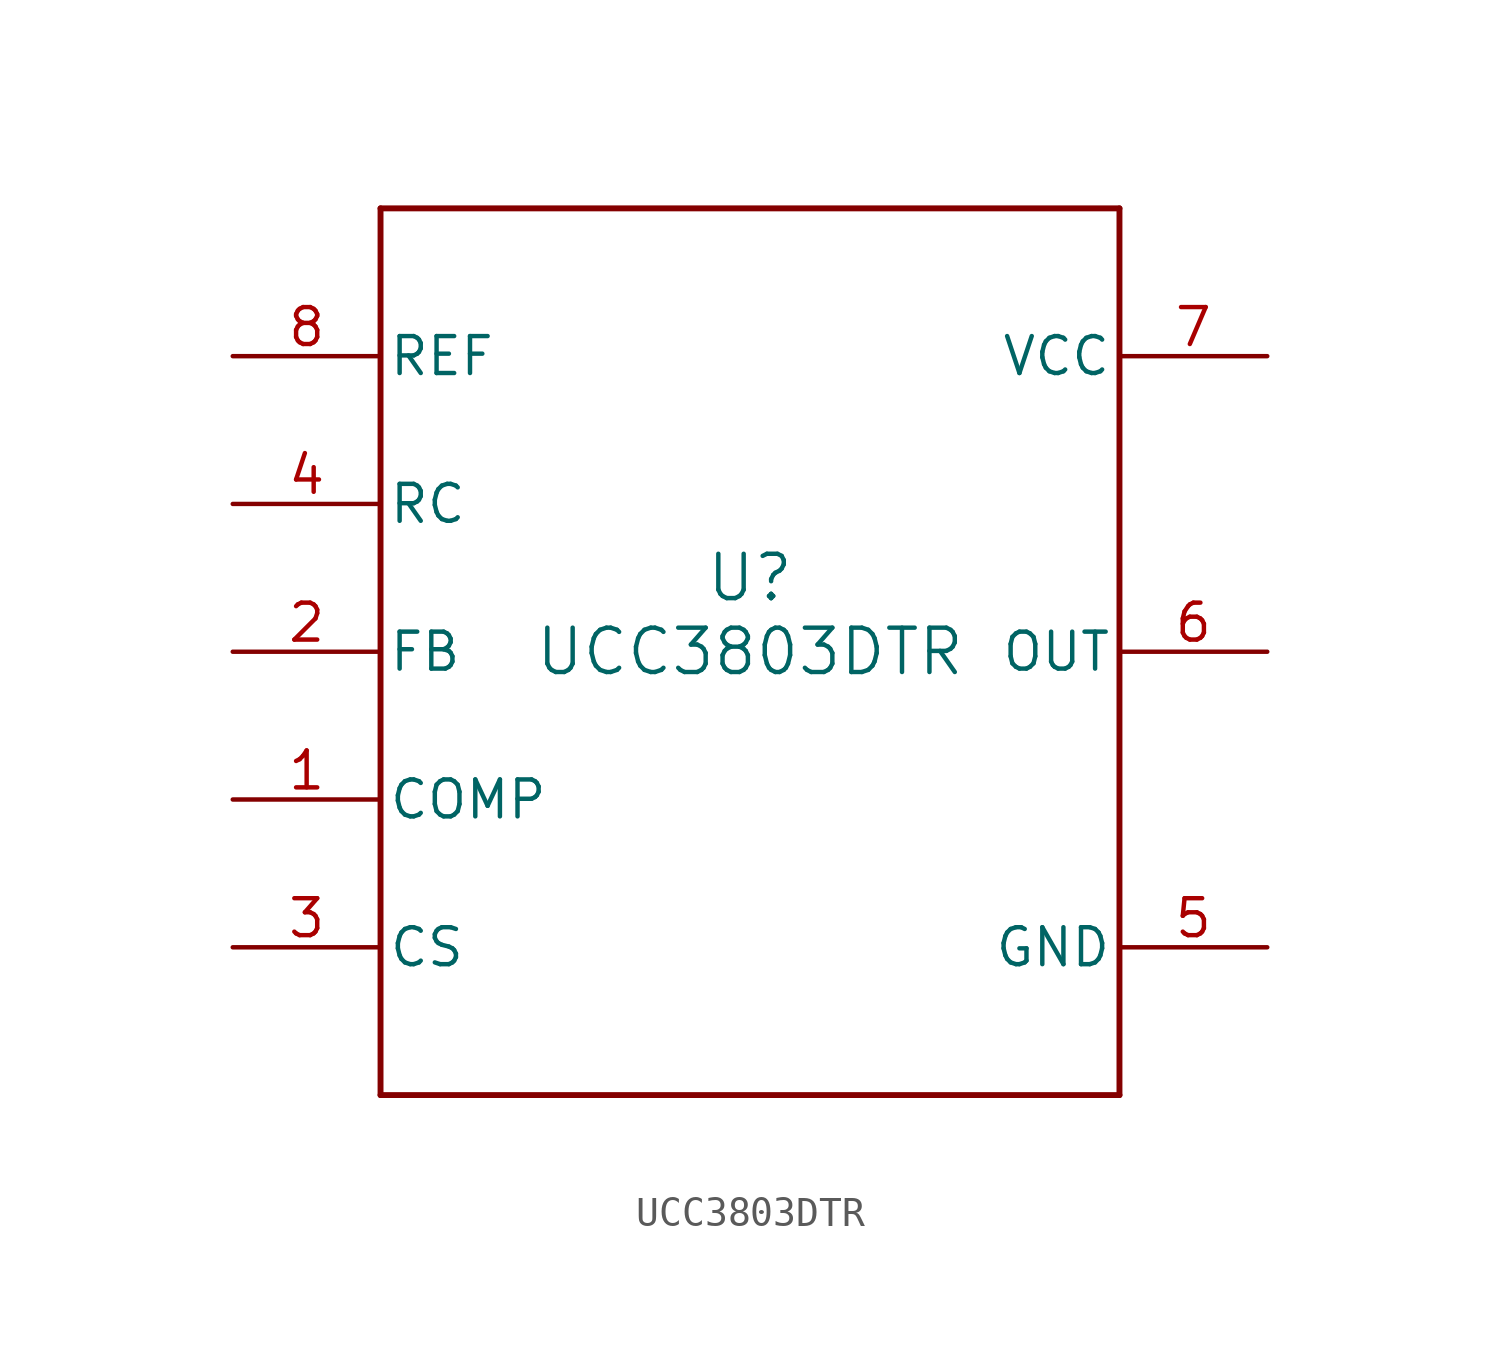
<source format=kicad_sym>
(kicad_symbol_lib
  (version 20211014)
  (generator kicad_symbol_editor)
  (symbol "UCC3803DTR"
    (pin_names
      (offset 0.254))
    (property "Reference" "U"
      (at 0 2.54 0)
      (effects (font (size 1.524 1.524))))
    (property "Value" "UCC3803DTR"
      (at 0 0 0)
      (effects (font (size 1.524 1.524))))
    (symbol "UCC3803DTR_0_1"
      (polyline (pts (xy -12.7 -15.24) (xy 12.7 -15.24)) (stroke (width 0.203) (type default) (color 0 0 0 0)) (fill (type none)))
      (polyline (pts (xy 12.7 -15.24) (xy 12.7 15.24)) (stroke (width 0.203) (type default) (color 0 0 0 0)) (fill (type none)))
      (polyline (pts (xy 12.7 15.24) (xy -12.7 15.24)) (stroke (width 0.203) (type default) (color 0 0 0 0)) (fill (type none)))
      (polyline (pts (xy -12.7 15.24) (xy -12.7 -15.24)) (stroke (width 0.203) (type default) (color 0 0 0 0)) (fill (type none)))
      (pin output line (at -17.78 -5.08 0) (length 5.08) (name "COMP" (effects (font (size 1.27 1.27)))) (number "1" (effects (font (size 1.27 1.27)))))
      (pin input line (at -17.78 0 0) (length 5.08) (name "FB" (effects (font (size 1.27 1.27)))) (number "2" (effects (font (size 1.27 1.27)))))
      (pin input line (at -17.78 -10.16 0) (length 5.08) (name "CS" (effects (font (size 1.27 1.27)))) (number "3" (effects (font (size 1.27 1.27)))))
      (pin input line (at -17.78 5.08 0) (length 5.08) (name "RC" (effects (font (size 1.27 1.27)))) (number "4" (effects (font (size 1.27 1.27)))))
      (pin power_in line (at 17.78 -10.16 180) (length 5.08) (name "GND" (effects (font (size 1.27 1.27)))) (number "5" (effects (font (size 1.27 1.27)))))
      (pin output line (at 17.78 0 180) (length 5.08) (name "OUT" (effects (font (size 1.27 1.27)))) (number "6" (effects (font (size 1.27 1.27)))))
      (pin power_in line (at 17.78 10.16 180) (length 5.08) (name "VCC" (effects (font (size 1.27 1.27)))) (number "7" (effects (font (size 1.27 1.27)))))
      (pin power_in line (at -17.78 10.16 0) (length 5.08) (name "REF" (effects (font (size 1.27 1.27)))) (number "8" (effects (font (size 1.27 1.27))))))))
</source>
